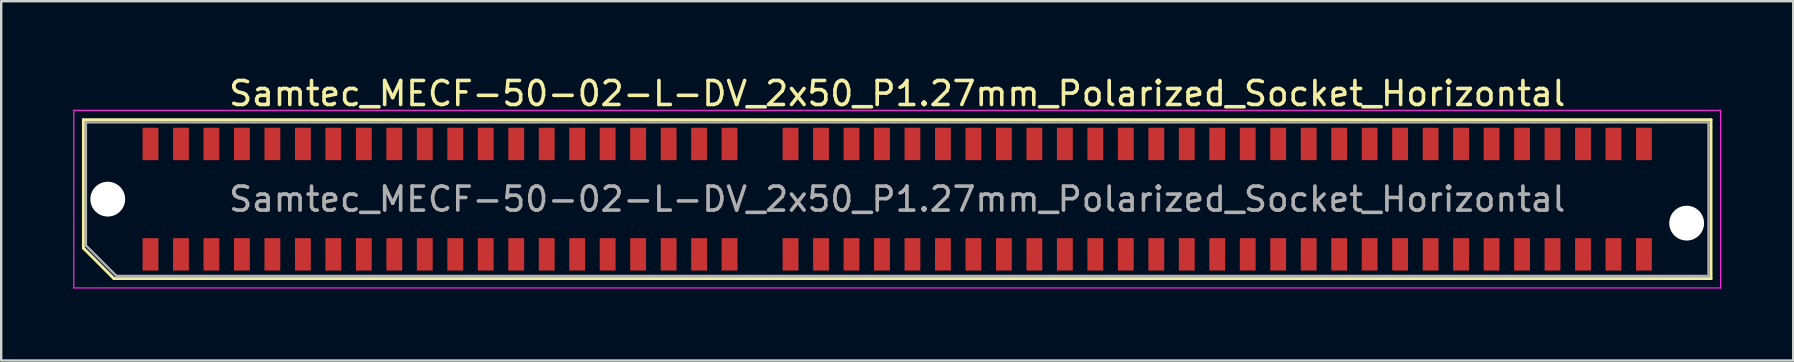
<source format=kicad_pcb>
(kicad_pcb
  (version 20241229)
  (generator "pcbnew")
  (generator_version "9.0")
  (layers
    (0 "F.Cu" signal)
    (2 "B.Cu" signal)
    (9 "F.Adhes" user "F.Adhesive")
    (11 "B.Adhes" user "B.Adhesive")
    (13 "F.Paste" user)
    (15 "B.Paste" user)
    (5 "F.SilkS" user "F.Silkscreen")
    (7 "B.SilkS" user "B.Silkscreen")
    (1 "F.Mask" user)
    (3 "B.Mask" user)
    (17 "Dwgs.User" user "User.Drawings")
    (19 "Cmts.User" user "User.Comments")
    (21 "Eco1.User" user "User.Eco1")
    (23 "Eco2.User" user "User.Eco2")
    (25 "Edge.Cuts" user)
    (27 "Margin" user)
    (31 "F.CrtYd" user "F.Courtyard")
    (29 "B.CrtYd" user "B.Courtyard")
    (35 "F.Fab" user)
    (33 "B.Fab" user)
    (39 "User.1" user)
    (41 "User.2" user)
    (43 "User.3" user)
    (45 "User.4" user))
  (footprint "Samtec_MECF-50-02-L-DV_2x50_P1.27mm_Polarized_Socket_Horizontal"
    (layer "F.Cu")
    (at 34.335 5.248)
    (property "Reference" "Samtec_MECF-50-02-L-DV_2x50_P1.27mm_Polarized_Socket_Horizontal" (at 0 -4.4 0) (layer "F.SilkS") (effects (font (size 1 1) (thickness 0.15))))
    (attr smd)
    (fp_line (start -33.91 -3.31) (end 33.91 -3.31) (stroke (width 0.12) (type solid)) (layer "F.SilkS"))
    (fp_line (start -33.91 2.04) (end -33.91 -3.31) (stroke (width 0.12) (type solid)) (layer "F.SilkS"))
    (fp_line (start -32.64 3.31) (end -33.91 2.04) (stroke (width 0.12) (type solid)) (layer "F.SilkS"))
    (fp_line (start -32.64 3.31) (end 33.91 3.31) (stroke (width 0.12) (type solid)) (layer "F.SilkS"))
    (fp_line (start 33.91 3.31) (end 33.91 -3.31) (stroke (width 0.12) (type solid)) (layer "F.SilkS"))
    (fp_line (start -34.31 -3.7) (end -34.31 3.7) (stroke (width 0.05) (type solid)) (layer "F.CrtYd"))
    (fp_line (start -34.31 3.7) (end 34.31 3.7) (stroke (width 0.05) (type solid)) (layer "F.CrtYd"))
    (fp_line (start 34.31 -3.7) (end -34.31 -3.7) (stroke (width 0.05) (type solid)) (layer "F.CrtYd"))
    (fp_line (start 34.31 3.7) (end 34.31 -3.7) (stroke (width 0.05) (type solid)) (layer "F.CrtYd"))
    (fp_line (start -33.805 -3.2) (end 33.805 -3.2) (stroke (width 0.1) (type solid)) (layer "F.Fab"))
    (fp_line (start -33.805 1.93) (end -33.805 -3.2) (stroke (width 0.1) (type solid)) (layer "F.Fab"))
    (fp_line (start -33.805 1.93) (end -32.535 3.2) (stroke (width 0.1) (type solid)) (layer "F.Fab"))
    (fp_line (start -32.535 3.2) (end 33.805 3.2) (stroke (width 0.1) (type solid)) (layer "F.Fab"))
    (fp_line (start 33.805 3.2) (end 33.805 -3.2) (stroke (width 0.1) (type solid)) (layer "F.Fab"))
    (fp_text user "${REFERENCE}" (at 0 0 0) (layer "F.Fab") (effects (font (size 1 1) (thickness 0.15))))
    (pad "" np_thru_hole circle (at -32.895 0) (size 1.45 1.45) (drill 1.45) (layers "*.Cu" "*.Mask"))
    (pad "" np_thru_hole circle (at 32.895 1) (size 1.45 1.45) (drill 1.45) (layers "*.Cu" "*.Mask"))
    (pad "1" smd rect (at -31.115 2.3) (size 0.66 1.35) (layers "F.Cu" "F.Mask" "F.Paste"))
    (pad "2" smd rect (at -31.115 -2.3) (size 0.66 1.35) (layers "F.Cu" "F.Mask" "F.Paste"))
    (pad "3" smd rect (at -29.845 2.3) (size 0.66 1.35) (layers "F.Cu" "F.Mask" "F.Paste"))
    (pad "4" smd rect (at -29.845 -2.3) (size 0.66 1.35) (layers "F.Cu" "F.Mask" "F.Paste"))
    (pad "5" smd rect (at -28.575 2.3) (size 0.66 1.35) (layers "F.Cu" "F.Mask" "F.Paste"))
    (pad "6" smd rect (at -28.575 -2.3) (size 0.66 1.35) (layers "F.Cu" "F.Mask" "F.Paste"))
    (pad "7" smd rect (at -27.305 2.3) (size 0.66 1.35) (layers "F.Cu" "F.Mask" "F.Paste"))
    (pad "8" smd rect (at -27.305 -2.3) (size 0.66 1.35) (layers "F.Cu" "F.Mask" "F.Paste"))
    (pad "9" smd rect (at -26.035 2.3) (size 0.66 1.35) (layers "F.Cu" "F.Mask" "F.Paste"))
    (pad "10" smd rect (at -26.035 -2.3) (size 0.66 1.35) (layers "F.Cu" "F.Mask" "F.Paste"))
    (pad "11" smd rect (at -24.765 2.3) (size 0.66 1.35) (layers "F.Cu" "F.Mask" "F.Paste"))
    (pad "12" smd rect (at -24.765 -2.3) (size 0.66 1.35) (layers "F.Cu" "F.Mask" "F.Paste"))
    (pad "13" smd rect (at -23.495 2.3) (size 0.66 1.35) (layers "F.Cu" "F.Mask" "F.Paste"))
    (pad "14" smd rect (at -23.495 -2.3) (size 0.66 1.35) (layers "F.Cu" "F.Mask" "F.Paste"))
    (pad "15" smd rect (at -22.225 2.3) (size 0.66 1.35) (layers "F.Cu" "F.Mask" "F.Paste"))
    (pad "16" smd rect (at -22.225 -2.3) (size 0.66 1.35) (layers "F.Cu" "F.Mask" "F.Paste"))
    (pad "17" smd rect (at -20.955 2.3) (size 0.66 1.35) (layers "F.Cu" "F.Mask" "F.Paste"))
    (pad "18" smd rect (at -20.955 -2.3) (size 0.66 1.35) (layers "F.Cu" "F.Mask" "F.Paste"))
    (pad "19" smd rect (at -19.685 2.3) (size 0.66 1.35) (layers "F.Cu" "F.Mask" "F.Paste"))
    (pad "20" smd rect (at -19.685 -2.3) (size 0.66 1.35) (layers "F.Cu" "F.Mask" "F.Paste"))
    (pad "21" smd rect (at -18.415 2.3) (size 0.66 1.35) (layers "F.Cu" "F.Mask" "F.Paste"))
    (pad "22" smd rect (at -18.415 -2.3) (size 0.66 1.35) (layers "F.Cu" "F.Mask" "F.Paste"))
    (pad "23" smd rect (at -17.145 2.3) (size 0.66 1.35) (layers "F.Cu" "F.Mask" "F.Paste"))
    (pad "24" smd rect (at -17.145 -2.3) (size 0.66 1.35) (layers "F.Cu" "F.Mask" "F.Paste"))
    (pad "25" smd rect (at -15.875 2.3) (size 0.66 1.35) (layers "F.Cu" "F.Mask" "F.Paste"))
    (pad "26" smd rect (at -15.875 -2.3) (size 0.66 1.35) (layers "F.Cu" "F.Mask" "F.Paste"))
    (pad "27" smd rect (at -14.605 2.3) (size 0.66 1.35) (layers "F.Cu" "F.Mask" "F.Paste"))
    (pad "28" smd rect (at -14.605 -2.3) (size 0.66 1.35) (layers "F.Cu" "F.Mask" "F.Paste"))
    (pad "29" smd rect (at -13.335 2.3) (size 0.66 1.35) (layers "F.Cu" "F.Mask" "F.Paste"))
    (pad "30" smd rect (at -13.335 -2.3) (size 0.66 1.35) (layers "F.Cu" "F.Mask" "F.Paste"))
    (pad "31" smd rect (at -12.065 2.3) (size 0.66 1.35) (layers "F.Cu" "F.Mask" "F.Paste"))
    (pad "32" smd rect (at -12.065 -2.3) (size 0.66 1.35) (layers "F.Cu" "F.Mask" "F.Paste"))
    (pad "33" smd rect (at -10.795 2.3) (size 0.66 1.35) (layers "F.Cu" "F.Mask" "F.Paste"))
    (pad "34" smd rect (at -10.795 -2.3) (size 0.66 1.35) (layers "F.Cu" "F.Mask" "F.Paste"))
    (pad "35" smd rect (at -9.525 2.3) (size 0.66 1.35) (layers "F.Cu" "F.Mask" "F.Paste"))
    (pad "36" smd rect (at -9.525 -2.3) (size 0.66 1.35) (layers "F.Cu" "F.Mask" "F.Paste"))
    (pad "37" smd rect (at -8.255 2.3) (size 0.66 1.35) (layers "F.Cu" "F.Mask" "F.Paste"))
    (pad "38" smd rect (at -8.255 -2.3) (size 0.66 1.35) (layers "F.Cu" "F.Mask" "F.Paste"))
    (pad "39" smd rect (at -6.985 2.3) (size 0.66 1.35) (layers "F.Cu" "F.Mask" "F.Paste"))
    (pad "40" smd rect (at -6.985 -2.3) (size 0.66 1.35) (layers "F.Cu" "F.Mask" "F.Paste"))
    (pad "43" smd rect (at -4.445 2.3) (size 0.66 1.35) (layers "F.Cu" "F.Mask" "F.Paste"))
    (pad "44" smd rect (at -4.445 -2.3) (size 0.66 1.35) (layers "F.Cu" "F.Mask" "F.Paste"))
    (pad "45" smd rect (at -3.175 2.3) (size 0.66 1.35) (layers "F.Cu" "F.Mask" "F.Paste"))
    (pad "46" smd rect (at -3.175 -2.3) (size 0.66 1.35) (layers "F.Cu" "F.Mask" "F.Paste"))
    (pad "47" smd rect (at -1.905 2.3) (size 0.66 1.35) (layers "F.Cu" "F.Mask" "F.Paste"))
    (pad "48" smd rect (at -1.905 -2.3) (size 0.66 1.35) (layers "F.Cu" "F.Mask" "F.Paste"))
    (pad "49" smd rect (at -0.635 2.3) (size 0.66 1.35) (layers "F.Cu" "F.Mask" "F.Paste"))
    (pad "50" smd rect (at -0.635 -2.3) (size 0.66 1.35) (layers "F.Cu" "F.Mask" "F.Paste"))
    (pad "51" smd rect (at 0.635 2.3) (size 0.66 1.35) (layers "F.Cu" "F.Mask" "F.Paste"))
    (pad "52" smd rect (at 0.635 -2.3) (size 0.66 1.35) (layers "F.Cu" "F.Mask" "F.Paste"))
    (pad "53" smd rect (at 1.905 2.3) (size 0.66 1.35) (layers "F.Cu" "F.Mask" "F.Paste"))
    (pad "54" smd rect (at 1.905 -2.3) (size 0.66 1.35) (layers "F.Cu" "F.Mask" "F.Paste"))
    (pad "55" smd rect (at 3.175 2.3) (size 0.66 1.35) (layers "F.Cu" "F.Mask" "F.Paste"))
    (pad "56" smd rect (at 3.175 -2.3) (size 0.66 1.35) (layers "F.Cu" "F.Mask" "F.Paste"))
    (pad "57" smd rect (at 4.445 2.3) (size 0.66 1.35) (layers "F.Cu" "F.Mask" "F.Paste"))
    (pad "58" smd rect (at 4.445 -2.3) (size 0.66 1.35) (layers "F.Cu" "F.Mask" "F.Paste"))
    (pad "59" smd rect (at 5.715 2.3) (size 0.66 1.35) (layers "F.Cu" "F.Mask" "F.Paste"))
    (pad "60" smd rect (at 5.715 -2.3) (size 0.66 1.35) (layers "F.Cu" "F.Mask" "F.Paste"))
    (pad "61" smd rect (at 6.985 2.3) (size 0.66 1.35) (layers "F.Cu" "F.Mask" "F.Paste"))
    (pad "62" smd rect (at 6.985 -2.3) (size 0.66 1.35) (layers "F.Cu" "F.Mask" "F.Paste"))
    (pad "63" smd rect (at 8.255 2.3) (size 0.66 1.35) (layers "F.Cu" "F.Mask" "F.Paste"))
    (pad "64" smd rect (at 8.255 -2.3) (size 0.66 1.35) (layers "F.Cu" "F.Mask" "F.Paste"))
    (pad "65" smd rect (at 9.525 2.3) (size 0.66 1.35) (layers "F.Cu" "F.Mask" "F.Paste"))
    (pad "66" smd rect (at 9.525 -2.3) (size 0.66 1.35) (layers "F.Cu" "F.Mask" "F.Paste"))
    (pad "67" smd rect (at 10.795 2.3) (size 0.66 1.35) (layers "F.Cu" "F.Mask" "F.Paste"))
    (pad "68" smd rect (at 10.795 -2.3) (size 0.66 1.35) (layers "F.Cu" "F.Mask" "F.Paste"))
    (pad "69" smd rect (at 12.065 2.3) (size 0.66 1.35) (layers "F.Cu" "F.Mask" "F.Paste"))
    (pad "70" smd rect (at 12.065 -2.3) (size 0.66 1.35) (layers "F.Cu" "F.Mask" "F.Paste"))
    (pad "71" smd rect (at 13.335 2.3) (size 0.66 1.35) (layers "F.Cu" "F.Mask" "F.Paste"))
    (pad "72" smd rect (at 13.335 -2.3) (size 0.66 1.35) (layers "F.Cu" "F.Mask" "F.Paste"))
    (pad "73" smd rect (at 14.605 2.3) (size 0.66 1.35) (layers "F.Cu" "F.Mask" "F.Paste"))
    (pad "74" smd rect (at 14.605 -2.3) (size 0.66 1.35) (layers "F.Cu" "F.Mask" "F.Paste"))
    (pad "75" smd rect (at 15.875 2.3) (size 0.66 1.35) (layers "F.Cu" "F.Mask" "F.Paste"))
    (pad "76" smd rect (at 15.875 -2.3) (size 0.66 1.35) (layers "F.Cu" "F.Mask" "F.Paste"))
    (pad "77" smd rect (at 17.145 2.3) (size 0.66 1.35) (layers "F.Cu" "F.Mask" "F.Paste"))
    (pad "78" smd rect (at 17.145 -2.3) (size 0.66 1.35) (layers "F.Cu" "F.Mask" "F.Paste"))
    (pad "79" smd rect (at 18.415 2.3) (size 0.66 1.35) (layers "F.Cu" "F.Mask" "F.Paste"))
    (pad "80" smd rect (at 18.415 -2.3) (size 0.66 1.35) (layers "F.Cu" "F.Mask" "F.Paste"))
    (pad "81" smd rect (at 19.685 2.3) (size 0.66 1.35) (layers "F.Cu" "F.Mask" "F.Paste"))
    (pad "82" smd rect (at 19.685 -2.3) (size 0.66 1.35) (layers "F.Cu" "F.Mask" "F.Paste"))
    (pad "83" smd rect (at 20.955 2.3) (size 0.66 1.35) (layers "F.Cu" "F.Mask" "F.Paste"))
    (pad "84" smd rect (at 20.955 -2.3) (size 0.66 1.35) (layers "F.Cu" "F.Mask" "F.Paste"))
    (pad "85" smd rect (at 22.225 2.3) (size 0.66 1.35) (layers "F.Cu" "F.Mask" "F.Paste"))
    (pad "86" smd rect (at 22.225 -2.3) (size 0.66 1.35) (layers "F.Cu" "F.Mask" "F.Paste"))
    (pad "87" smd rect (at 23.495 2.3) (size 0.66 1.35) (layers "F.Cu" "F.Mask" "F.Paste"))
    (pad "88" smd rect (at 23.495 -2.3) (size 0.66 1.35) (layers "F.Cu" "F.Mask" "F.Paste"))
    (pad "89" smd rect (at 24.765 2.3) (size 0.66 1.35) (layers "F.Cu" "F.Mask" "F.Paste"))
    (pad "90" smd rect (at 24.765 -2.3) (size 0.66 1.35) (layers "F.Cu" "F.Mask" "F.Paste"))
    (pad "91" smd rect (at 26.035 2.3) (size 0.66 1.35) (layers "F.Cu" "F.Mask" "F.Paste"))
    (pad "92" smd rect (at 26.035 -2.3) (size 0.66 1.35) (layers "F.Cu" "F.Mask" "F.Paste"))
    (pad "93" smd rect (at 27.305 2.3) (size 0.66 1.35) (layers "F.Cu" "F.Mask" "F.Paste"))
    (pad "94" smd rect (at 27.305 -2.3) (size 0.66 1.35) (layers "F.Cu" "F.Mask" "F.Paste"))
    (pad "95" smd rect (at 28.575 2.3) (size 0.66 1.35) (layers "F.Cu" "F.Mask" "F.Paste"))
    (pad "96" smd rect (at 28.575 -2.3) (size 0.66 1.35) (layers "F.Cu" "F.Mask" "F.Paste"))
    (pad "97" smd rect (at 29.845 2.3) (size 0.66 1.35) (layers "F.Cu" "F.Mask" "F.Paste"))
    (pad "98" smd rect (at 29.845 -2.3) (size 0.66 1.35) (layers "F.Cu" "F.Mask" "F.Paste"))
    (pad "99" smd rect (at 31.115 2.3) (size 0.66 1.35) (layers "F.Cu" "F.Mask" "F.Paste"))
    (pad "100" smd rect (at 31.115 -2.3) (size 0.66 1.35) (layers "F.Cu" "F.Mask" "F.Paste")))
  (gr_rect
    (start -3 -3)
    (end 71.67 11.973)
    (stroke (width 0.1) (type default))
    (fill no)
    (layer "Edge.Cuts")))
</source>
